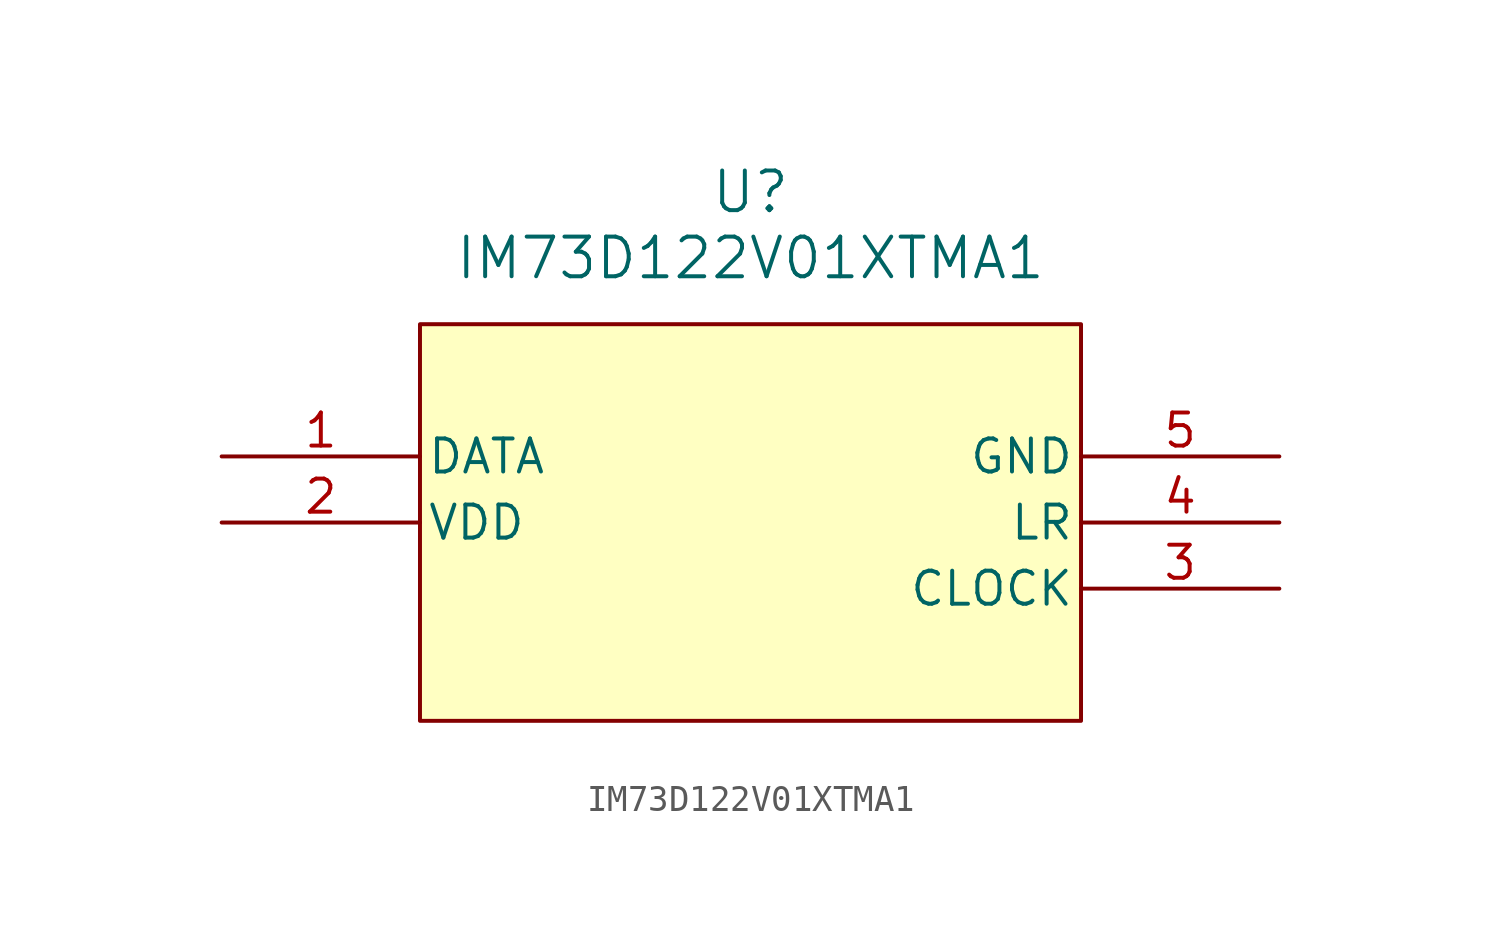
<source format=kicad_sym>
(kicad_symbol_lib
  (version 20231120)
  (generator "kicad_symbol_editor")
  (generator_version "8.0")
  (symbol "IM73D122V01XTMA1"
    (pin_names
      (offset 0.254))
    (property "Reference" "U"
      (at 20.32 10.16 0)
      (effects (font (size 1.524 1.524))))
    (property "Value" "IM73D122V01XTMA1"
      (at 20.32 7.62 0)
      (effects (font (size 1.524 1.524))))
    (property "ki_locked" ""
      (at 0 0 0)
      (effects (font (size 1.27 1.27))))
    (symbol "IM73D122V01XTMA1_0_1"
      (rectangle (start 7.62 5.08) (end 33.02 -10.16) (stroke (width 0) (type default)) (fill (type background)))
      (pin output line (at 0 0 0) (length 7.62) (name "DATA" (effects (font (size 1.27 1.27)))) (number "1" (effects (font (size 1.27 1.27)))))
      (pin power_in line (at 0 -2.54 0) (length 7.62) (name "VDD" (effects (font (size 1.27 1.27)))) (number "2" (effects (font (size 1.27 1.27)))))
      (pin input line (at 40.64 -5.08 180) (length 7.62) (name "CLOCK" (effects (font (size 1.27 1.27)))) (number "3" (effects (font (size 1.27 1.27)))))
      (pin power_out line (at 40.64 0 180) (length 7.62) (name "GND" (effects (font (size 1.27 1.27)))) (number "5" (effects (font (size 1.27 1.27))))))
    (symbol "IM73D122V01XTMA1_1_1"
      (pin input line (at 40.64 -2.54 180) (length 7.62) (name "LR" (effects (font (size 1.27 1.27)))) (number "4" (effects (font (size 1.27 1.27))))))))
</source>
